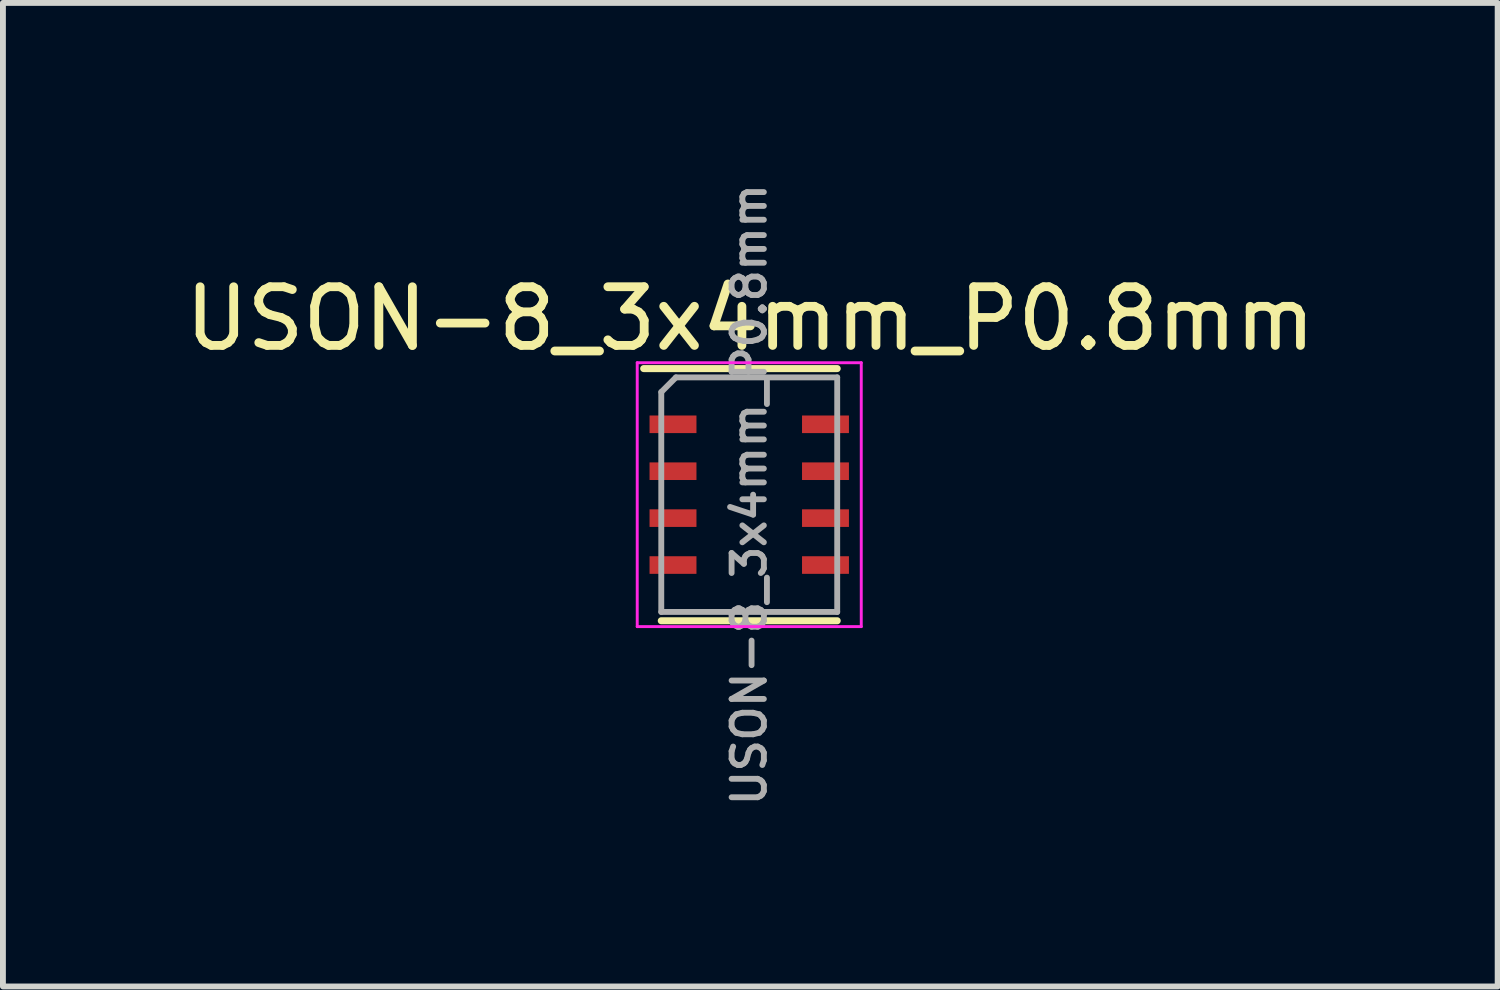
<source format=kicad_pcb>
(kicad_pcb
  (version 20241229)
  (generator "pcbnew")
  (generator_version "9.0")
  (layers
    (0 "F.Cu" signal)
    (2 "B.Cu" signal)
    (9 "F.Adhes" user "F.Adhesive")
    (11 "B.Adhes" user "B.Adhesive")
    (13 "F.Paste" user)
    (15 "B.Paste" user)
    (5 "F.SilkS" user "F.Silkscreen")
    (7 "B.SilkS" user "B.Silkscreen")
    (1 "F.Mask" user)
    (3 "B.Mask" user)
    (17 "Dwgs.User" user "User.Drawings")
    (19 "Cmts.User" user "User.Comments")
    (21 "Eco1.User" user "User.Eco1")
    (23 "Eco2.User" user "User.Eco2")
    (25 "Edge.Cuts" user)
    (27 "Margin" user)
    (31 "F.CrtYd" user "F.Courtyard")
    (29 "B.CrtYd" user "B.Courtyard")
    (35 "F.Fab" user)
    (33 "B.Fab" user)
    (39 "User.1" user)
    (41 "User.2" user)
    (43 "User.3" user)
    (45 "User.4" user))
  (footprint "USON-8_3x4mm_P0.8mm"
    (layer "F.Cu")
    (at 9.726 5.385)
    (property "Reference" "USON-8_3x4mm_P0.8mm" (at 0.018 -3 0) (layer "F.SilkS") (effects (font (size 1 1) (thickness 0.15))))
    (attr smd)
    (fp_line (start 1.5 -2.15) (end -1.8 -2.15) (stroke (width 0.12) (type solid)) (layer "F.SilkS"))
    (fp_line (start 1.5 2.15) (end -1.5 2.15) (stroke (width 0.12) (type solid)) (layer "F.SilkS"))
    (fp_line (start -1.91 -2.25) (end 1.91 -2.25) (stroke (width 0.05) (type solid)) (layer "F.CrtYd"))
    (fp_line (start -1.91 2.25) (end -1.91 -2.25) (stroke (width 0.05) (type solid)) (layer "F.CrtYd"))
    (fp_line (start 1.91 -2.25) (end 1.91 2.25) (stroke (width 0.05) (type solid)) (layer "F.CrtYd"))
    (fp_line (start 1.91 2.25) (end -1.91 2.25) (stroke (width 0.05) (type solid)) (layer "F.CrtYd"))
    (fp_line (start -1.5 -1.75) (end -1.5 2) (stroke (width 0.1) (type solid)) (layer "F.Fab"))
    (fp_line (start -1.5 2) (end 1.5 2) (stroke (width 0.1) (type solid)) (layer "F.Fab"))
    (fp_line (start -1.25 -2) (end -1.5 -1.75) (stroke (width 0.1) (type solid)) (layer "F.Fab"))
    (fp_line (start 1.5 -2) (end -1.25 -2) (stroke (width 0.1) (type solid)) (layer "F.Fab"))
    (fp_line (start 1.5 -2) (end 1.5 2) (stroke (width 0.1) (type solid)) (layer "F.Fab"))
    (fp_text user "${REFERENCE}" (at 0 0 90) (layer "F.Fab") (effects (font (size 0.55 0.55) (thickness 0.1))))
    (pad "1" smd rect (at -1.3 -1.2 270) (size 0.3 0.8) (layers "F.Cu" "F.Mask" "F.Paste"))
    (pad "2" smd rect (at -1.3 -0.4 270) (size 0.3 0.8) (layers "F.Cu" "F.Mask" "F.Paste"))
    (pad "3" smd rect (at -1.3 0.4 270) (size 0.3 0.8) (layers "F.Cu" "F.Mask" "F.Paste"))
    (pad "4" smd rect (at -1.3 1.2 270) (size 0.3 0.8) (layers "F.Cu" "F.Mask" "F.Paste"))
    (pad "5" smd rect (at 1.3 1.2 270) (size 0.3 0.8) (layers "F.Cu" "F.Mask" "F.Paste"))
    (pad "6" smd rect (at 1.3 0.4 270) (size 0.3 0.8) (layers "F.Cu" "F.Mask" "F.Paste"))
    (pad "7" smd rect (at 1.3 -0.4 270) (size 0.3 0.8) (layers "F.Cu" "F.Mask" "F.Paste"))
    (pad "8" smd rect (at 1.3 -1.2 270) (size 0.3 0.8) (layers "F.Cu" "F.Mask" "F.Paste")))
  (gr_rect
    (start -3 -3)
    (end 22.488 13.771)
    (stroke (width 0.1) (type default))
    (fill no)
    (layer "Edge.Cuts")))
</source>
